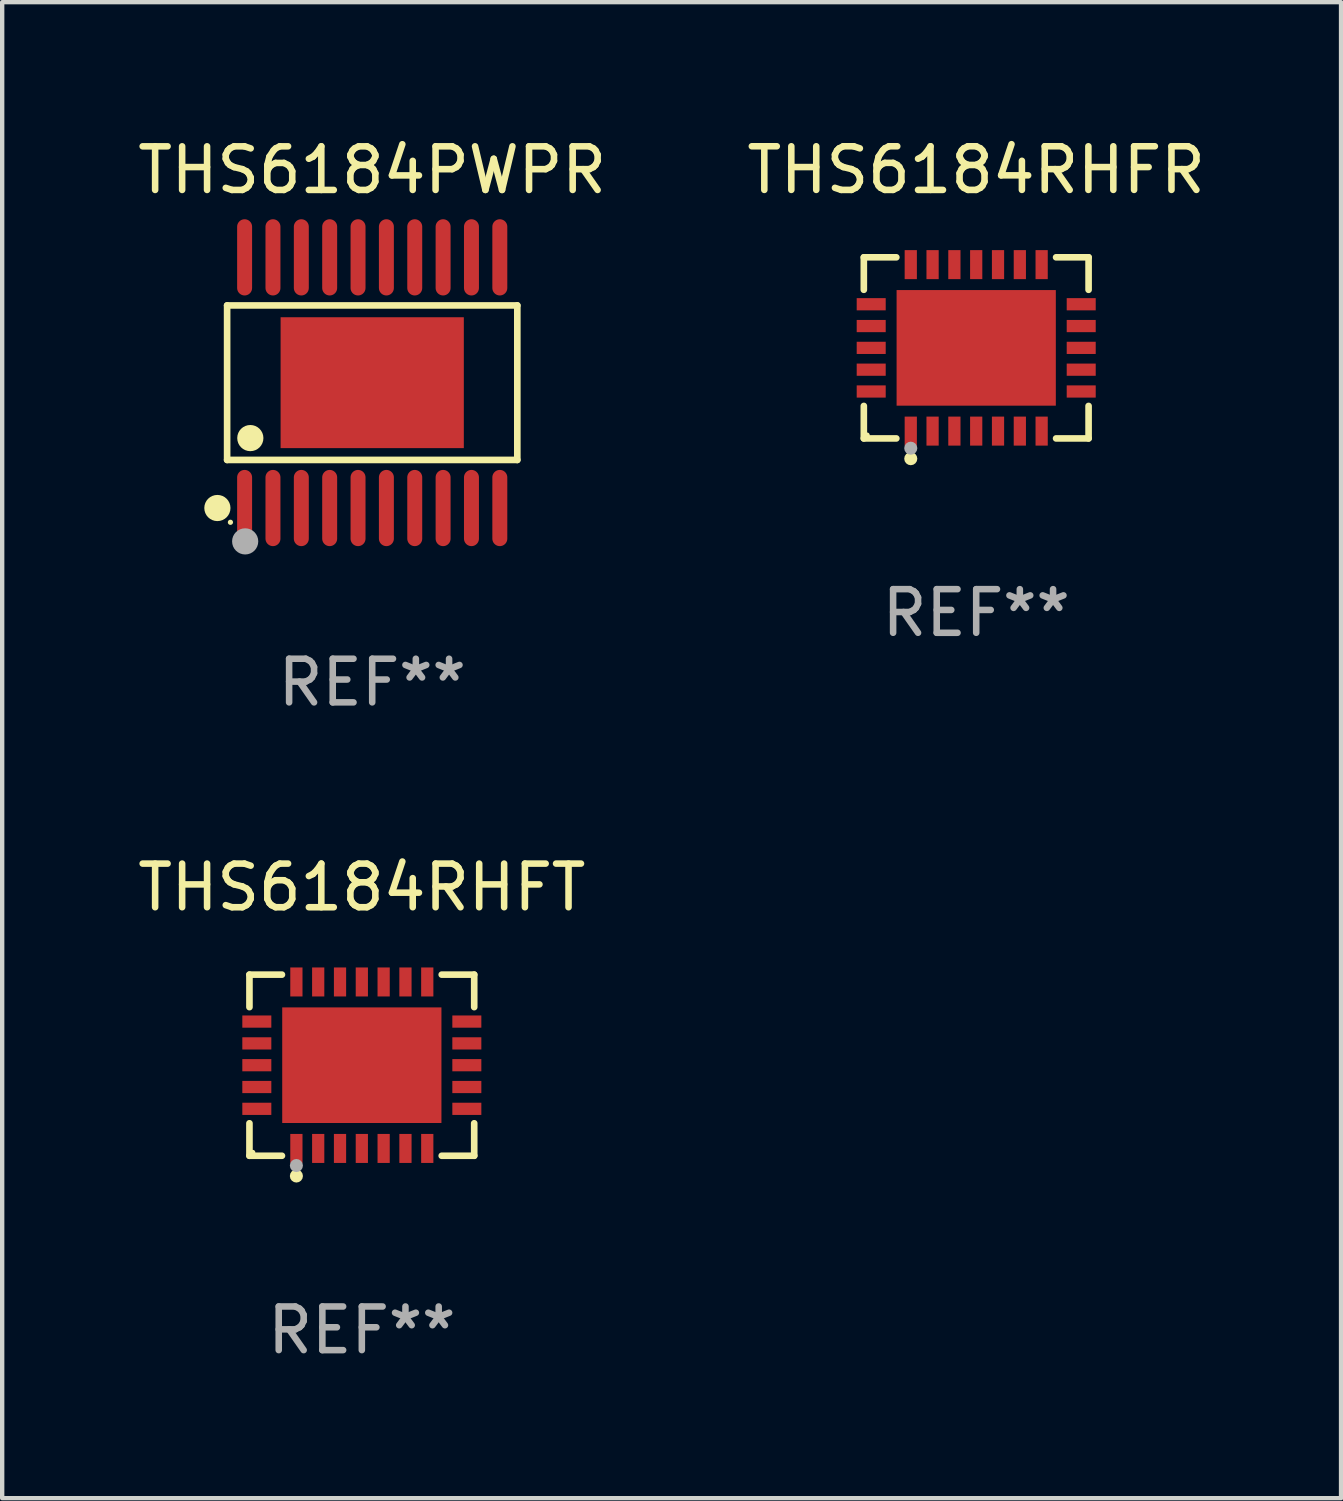
<source format=kicad_pcb>
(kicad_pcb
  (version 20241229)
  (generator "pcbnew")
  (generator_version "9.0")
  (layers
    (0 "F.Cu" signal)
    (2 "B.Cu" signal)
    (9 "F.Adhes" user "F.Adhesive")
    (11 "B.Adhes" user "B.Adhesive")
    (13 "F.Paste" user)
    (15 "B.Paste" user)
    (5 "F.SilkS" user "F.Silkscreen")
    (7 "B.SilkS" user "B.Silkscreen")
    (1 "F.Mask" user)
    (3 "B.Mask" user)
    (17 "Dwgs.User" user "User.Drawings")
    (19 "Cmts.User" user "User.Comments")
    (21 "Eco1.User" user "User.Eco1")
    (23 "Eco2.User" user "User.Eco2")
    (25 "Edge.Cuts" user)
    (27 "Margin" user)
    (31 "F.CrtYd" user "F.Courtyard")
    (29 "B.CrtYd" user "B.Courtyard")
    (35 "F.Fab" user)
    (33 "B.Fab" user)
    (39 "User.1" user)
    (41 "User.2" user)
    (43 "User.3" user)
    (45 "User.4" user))
  (footprint "THS6184PWPR"
    (layer "F.Cu")
    (at 5.482 5.722)
    (property "Reference" "THS6184PWPR" (at 0 -4.873 0) (layer "F.SilkS") (effects (font (size 1 1) (thickness 0.15))))
    (attr through_hole)
    (fp_line (start -3.326 -1.771) (end 3.326 -1.771) (stroke (width 0.152) (type solid)) (layer "F.SilkS"))
    (fp_line (start -3.326 1.771) (end -3.326 -1.771) (stroke (width 0.152) (type solid)) (layer "F.SilkS"))
    (fp_line (start 3.326 -1.771) (end 3.326 1.771) (stroke (width 0.152) (type solid)) (layer "F.SilkS"))
    (fp_line (start 3.326 1.771) (end -3.326 1.771) (stroke (width 0.152) (type solid)) (layer "F.SilkS"))
    (fp_circle (center -3.549 2.873) (end -3.399 2.873) (stroke (width 0.3) (type solid)) (fill no) (layer "F.SilkS"))
    (fp_circle (center -3.25 3.2) (end -3.22 3.2) (stroke (width 0.06) (type solid)) (fill no) (layer "F.SilkS"))
    (fp_circle (center -2.794 1.27) (end -2.644 1.27) (stroke (width 0.3) (type solid)) (fill no) (layer "F.SilkS"))
    (fp_circle (center -2.912 3.638) (end -2.762 3.638) (stroke (width 0.3) (type solid)) (fill no) (layer "F.Fab"))
    (fp_text user "REF**" (at 0 6.873 0) (layer "F.Fab") (effects (font (size 1 1) (thickness 0.15))))
    (pad "1" smd oval (at -2.925 2.873) (size 0.343 1.747) (layers "F.Cu" "F.Mask" "F.Paste"))
    (pad "2" smd oval (at -2.275 2.873) (size 0.343 1.747) (layers "F.Cu" "F.Mask" "F.Paste"))
    (pad "3" smd oval (at -1.625 2.873) (size 0.343 1.747) (layers "F.Cu" "F.Mask" "F.Paste"))
    (pad "4" smd oval (at -0.975 2.873) (size 0.343 1.747) (layers "F.Cu" "F.Mask" "F.Paste"))
    (pad "5" smd oval (at -0.325 2.873) (size 0.343 1.747) (layers "F.Cu" "F.Mask" "F.Paste"))
    (pad "6" smd oval (at 0.325 2.873) (size 0.343 1.747) (layers "F.Cu" "F.Mask" "F.Paste"))
    (pad "7" smd oval (at 0.975 2.873) (size 0.343 1.747) (layers "F.Cu" "F.Mask" "F.Paste"))
    (pad "8" smd oval (at 1.625 2.873) (size 0.343 1.747) (layers "F.Cu" "F.Mask" "F.Paste"))
    (pad "9" smd oval (at 2.275 2.873) (size 0.343 1.747) (layers "F.Cu" "F.Mask" "F.Paste"))
    (pad "10" smd oval (at 2.925 2.873) (size 0.343 1.747) (layers "F.Cu" "F.Mask" "F.Paste"))
    (pad "11" smd oval (at 2.925 -2.873) (size 0.343 1.747) (layers "F.Cu" "F.Mask" "F.Paste"))
    (pad "12" smd oval (at 2.275 -2.873) (size 0.343 1.747) (layers "F.Cu" "F.Mask" "F.Paste"))
    (pad "13" smd oval (at 1.625 -2.873) (size 0.343 1.747) (layers "F.Cu" "F.Mask" "F.Paste"))
    (pad "14" smd oval (at 0.975 -2.873) (size 0.343 1.747) (layers "F.Cu" "F.Mask" "F.Paste"))
    (pad "15" smd oval (at 0.325 -2.873) (size 0.343 1.747) (layers "F.Cu" "F.Mask" "F.Paste"))
    (pad "16" smd oval (at -0.325 -2.873) (size 0.343 1.747) (layers "F.Cu" "F.Mask" "F.Paste"))
    (pad "17" smd oval (at -0.975 -2.873) (size 0.343 1.747) (layers "F.Cu" "F.Mask" "F.Paste"))
    (pad "18" smd oval (at -1.625 -2.873) (size 0.343 1.747) (layers "F.Cu" "F.Mask" "F.Paste"))
    (pad "19" smd oval (at -2.275 -2.873) (size 0.343 1.747) (layers "F.Cu" "F.Mask" "F.Paste"))
    (pad "20" smd oval (at -2.925 -2.873) (size 0.343 1.747) (layers "F.Cu" "F.Mask" "F.Paste"))
    (pad "21" smd rect (at 0 0) (size 4.2 3) (layers "F.Cu" "F.Mask" "F.Paste")))
  (footprint "THS6184RHFT"
    (layer "F.Cu")
    (at 5.244 21.367)
    (property "Reference" "THS6184RHFT" (at 0 -4.076 0) (layer "F.SilkS") (effects (font (size 1 1) (thickness 0.15))))
    (attr through_hole)
    (fp_line (start -2.576 -2.076) (end -1.831 -2.076) (stroke (width 0.152) (type solid)) (layer "F.SilkS"))
    (fp_line (start -2.576 -1.331) (end -2.576 -2.076) (stroke (width 0.152) (type solid)) (layer "F.SilkS"))
    (fp_line (start -2.576 1.331) (end -2.576 2.076) (stroke (width 0.152) (type solid)) (layer "F.SilkS"))
    (fp_line (start -2.576 2.076) (end -1.831 2.076) (stroke (width 0.152) (type solid)) (layer "F.SilkS"))
    (fp_line (start 2.576 -2.076) (end 1.831 -2.076) (stroke (width 0.152) (type solid)) (layer "F.SilkS"))
    (fp_line (start 2.576 -1.331) (end 2.576 -2.076) (stroke (width 0.152) (type solid)) (layer "F.SilkS"))
    (fp_line (start 2.576 1.331) (end 2.576 2.076) (stroke (width 0.152) (type solid)) (layer "F.SilkS"))
    (fp_line (start 2.576 2.076) (end 1.831 2.076) (stroke (width 0.152) (type solid)) (layer "F.SilkS"))
    (fp_circle (center -2.5 2) (end -2.47 2) (stroke (width 0.06) (type solid)) (fill no) (layer "F.SilkS"))
    (fp_circle (center -1.5 2.54) (end -1.425 2.54) (stroke (width 0.15) (type solid)) (fill no) (layer "F.SilkS"))
    (fp_circle (center -1.5 2.3) (end -1.425 2.3) (stroke (width 0.15) (type solid)) (fill no) (layer "F.Fab"))
    (fp_text user "REF**" (at 0 6.076 0) (layer "F.Fab") (effects (font (size 1 1) (thickness 0.15))))
    (pad "1" smd rect (at -1.5 1.908) (size 0.28 0.665) (layers "F.Cu" "F.Mask" "F.Paste"))
    (pad "2" smd rect (at -1 1.908) (size 0.28 0.665) (layers "F.Cu" "F.Mask" "F.Paste"))
    (pad "3" smd rect (at -0.5 1.908) (size 0.28 0.665) (layers "F.Cu" "F.Mask" "F.Paste"))
    (pad "4" smd rect (at 0 1.908) (size 0.28 0.665) (layers "F.Cu" "F.Mask" "F.Paste"))
    (pad "5" smd rect (at 0.5 1.908) (size 0.28 0.665) (layers "F.Cu" "F.Mask" "F.Paste"))
    (pad "6" smd rect (at 1 1.908) (size 0.28 0.665) (layers "F.Cu" "F.Mask" "F.Paste"))
    (pad "7" smd rect (at 1.5 1.908) (size 0.28 0.665) (layers "F.Cu" "F.Mask" "F.Paste"))
    (pad "8" smd rect (at 2.407 1) (size 0.665 0.28) (layers "F.Cu" "F.Mask" "F.Paste"))
    (pad "9" smd rect (at 2.407 0.5) (size 0.665 0.28) (layers "F.Cu" "F.Mask" "F.Paste"))
    (pad "10" smd rect (at 2.407 0) (size 0.665 0.28) (layers "F.Cu" "F.Mask" "F.Paste"))
    (pad "11" smd rect (at 2.407 -0.5) (size 0.665 0.28) (layers "F.Cu" "F.Mask" "F.Paste"))
    (pad "12" smd rect (at 2.407 -1) (size 0.665 0.28) (layers "F.Cu" "F.Mask" "F.Paste"))
    (pad "13" smd rect (at 1.5 -1.908) (size 0.28 0.665) (layers "F.Cu" "F.Mask" "F.Paste"))
    (pad "14" smd rect (at 1 -1.908) (size 0.28 0.665) (layers "F.Cu" "F.Mask" "F.Paste"))
    (pad "15" smd rect (at 0.5 -1.908) (size 0.28 0.665) (layers "F.Cu" "F.Mask" "F.Paste"))
    (pad "16" smd rect (at 0 -1.908) (size 0.28 0.665) (layers "F.Cu" "F.Mask" "F.Paste"))
    (pad "17" smd rect (at -0.5 -1.908) (size 0.28 0.665) (layers "F.Cu" "F.Mask" "F.Paste"))
    (pad "18" smd rect (at -1 -1.908) (size 0.28 0.665) (layers "F.Cu" "F.Mask" "F.Paste"))
    (pad "19" smd rect (at -1.5 -1.908) (size 0.28 0.665) (layers "F.Cu" "F.Mask" "F.Paste"))
    (pad "20" smd rect (at -2.407 -1) (size 0.665 0.28) (layers "F.Cu" "F.Mask" "F.Paste"))
    (pad "21" smd rect (at -2.407 -0.5) (size 0.665 0.28) (layers "F.Cu" "F.Mask" "F.Paste"))
    (pad "22" smd rect (at -2.407 0) (size 0.665 0.28) (layers "F.Cu" "F.Mask" "F.Paste"))
    (pad "23" smd rect (at -2.407 0.5) (size 0.665 0.28) (layers "F.Cu" "F.Mask" "F.Paste"))
    (pad "24" smd rect (at -2.407 1) (size 0.665 0.28) (layers "F.Cu" "F.Mask" "F.Paste"))
    (pad "25" smd rect (at 0 0) (size 3.65 2.65) (layers "F.Cu" "F.Mask" "F.Paste")))
  (footprint "THS6184RHFR"
    (layer "F.Cu")
    (at 19.327 4.924)
    (property "Reference" "THS6184RHFR" (at 0 -4.076 0) (layer "F.SilkS") (effects (font (size 1 1) (thickness 0.15))))
    (attr through_hole)
    (fp_line (start -2.576 -2.076) (end -1.831 -2.076) (stroke (width 0.152) (type solid)) (layer "F.SilkS"))
    (fp_line (start -2.576 -1.331) (end -2.576 -2.076) (stroke (width 0.152) (type solid)) (layer "F.SilkS"))
    (fp_line (start -2.576 1.331) (end -2.576 2.076) (stroke (width 0.152) (type solid)) (layer "F.SilkS"))
    (fp_line (start -2.576 2.076) (end -1.831 2.076) (stroke (width 0.152) (type solid)) (layer "F.SilkS"))
    (fp_line (start 2.576 -2.076) (end 1.831 -2.076) (stroke (width 0.152) (type solid)) (layer "F.SilkS"))
    (fp_line (start 2.576 -1.331) (end 2.576 -2.076) (stroke (width 0.152) (type solid)) (layer "F.SilkS"))
    (fp_line (start 2.576 1.331) (end 2.576 2.076) (stroke (width 0.152) (type solid)) (layer "F.SilkS"))
    (fp_line (start 2.576 2.076) (end 1.831 2.076) (stroke (width 0.152) (type solid)) (layer "F.SilkS"))
    (fp_circle (center -2.5 2) (end -2.47 2) (stroke (width 0.06) (type solid)) (fill no) (layer "F.SilkS"))
    (fp_circle (center -1.5 2.54) (end -1.425 2.54) (stroke (width 0.15) (type solid)) (fill no) (layer "F.SilkS"))
    (fp_circle (center -1.5 2.3) (end -1.425 2.3) (stroke (width 0.15) (type solid)) (fill no) (layer "F.Fab"))
    (fp_text user "REF**" (at 0 6.076 0) (layer "F.Fab") (effects (font (size 1 1) (thickness 0.15))))
    (pad "1" smd rect (at -1.5 1.908) (size 0.28 0.665) (layers "F.Cu" "F.Mask" "F.Paste"))
    (pad "2" smd rect (at -1 1.908) (size 0.28 0.665) (layers "F.Cu" "F.Mask" "F.Paste"))
    (pad "3" smd rect (at -0.5 1.908) (size 0.28 0.665) (layers "F.Cu" "F.Mask" "F.Paste"))
    (pad "4" smd rect (at 0 1.908) (size 0.28 0.665) (layers "F.Cu" "F.Mask" "F.Paste"))
    (pad "5" smd rect (at 0.5 1.908) (size 0.28 0.665) (layers "F.Cu" "F.Mask" "F.Paste"))
    (pad "6" smd rect (at 1 1.908) (size 0.28 0.665) (layers "F.Cu" "F.Mask" "F.Paste"))
    (pad "7" smd rect (at 1.5 1.908) (size 0.28 0.665) (layers "F.Cu" "F.Mask" "F.Paste"))
    (pad "8" smd rect (at 2.407 1) (size 0.665 0.28) (layers "F.Cu" "F.Mask" "F.Paste"))
    (pad "9" smd rect (at 2.407 0.5) (size 0.665 0.28) (layers "F.Cu" "F.Mask" "F.Paste"))
    (pad "10" smd rect (at 2.407 0) (size 0.665 0.28) (layers "F.Cu" "F.Mask" "F.Paste"))
    (pad "11" smd rect (at 2.407 -0.5) (size 0.665 0.28) (layers "F.Cu" "F.Mask" "F.Paste"))
    (pad "12" smd rect (at 2.407 -1) (size 0.665 0.28) (layers "F.Cu" "F.Mask" "F.Paste"))
    (pad "13" smd rect (at 1.5 -1.908) (size 0.28 0.665) (layers "F.Cu" "F.Mask" "F.Paste"))
    (pad "14" smd rect (at 1 -1.908) (size 0.28 0.665) (layers "F.Cu" "F.Mask" "F.Paste"))
    (pad "15" smd rect (at 0.5 -1.908) (size 0.28 0.665) (layers "F.Cu" "F.Mask" "F.Paste"))
    (pad "16" smd rect (at 0 -1.908) (size 0.28 0.665) (layers "F.Cu" "F.Mask" "F.Paste"))
    (pad "17" smd rect (at -0.5 -1.908) (size 0.28 0.665) (layers "F.Cu" "F.Mask" "F.Paste"))
    (pad "18" smd rect (at -1 -1.908) (size 0.28 0.665) (layers "F.Cu" "F.Mask" "F.Paste"))
    (pad "19" smd rect (at -1.5 -1.908) (size 0.28 0.665) (layers "F.Cu" "F.Mask" "F.Paste"))
    (pad "20" smd rect (at -2.407 -1) (size 0.665 0.28) (layers "F.Cu" "F.Mask" "F.Paste"))
    (pad "21" smd rect (at -2.407 -0.5) (size 0.665 0.28) (layers "F.Cu" "F.Mask" "F.Paste"))
    (pad "22" smd rect (at -2.407 0) (size 0.665 0.28) (layers "F.Cu" "F.Mask" "F.Paste"))
    (pad "23" smd rect (at -2.407 0.5) (size 0.665 0.28) (layers "F.Cu" "F.Mask" "F.Paste"))
    (pad "24" smd rect (at -2.407 1) (size 0.665 0.28) (layers "F.Cu" "F.Mask" "F.Paste"))
    (pad "25" smd rect (at 0 0) (size 3.65 2.65) (layers "F.Cu" "F.Mask" "F.Paste")))
  (gr_rect
    (start -3 -3)
    (end 27.69 31.292)
    (stroke (width 0.1) (type default))
    (fill no)
    (layer "Edge.Cuts")))
</source>
